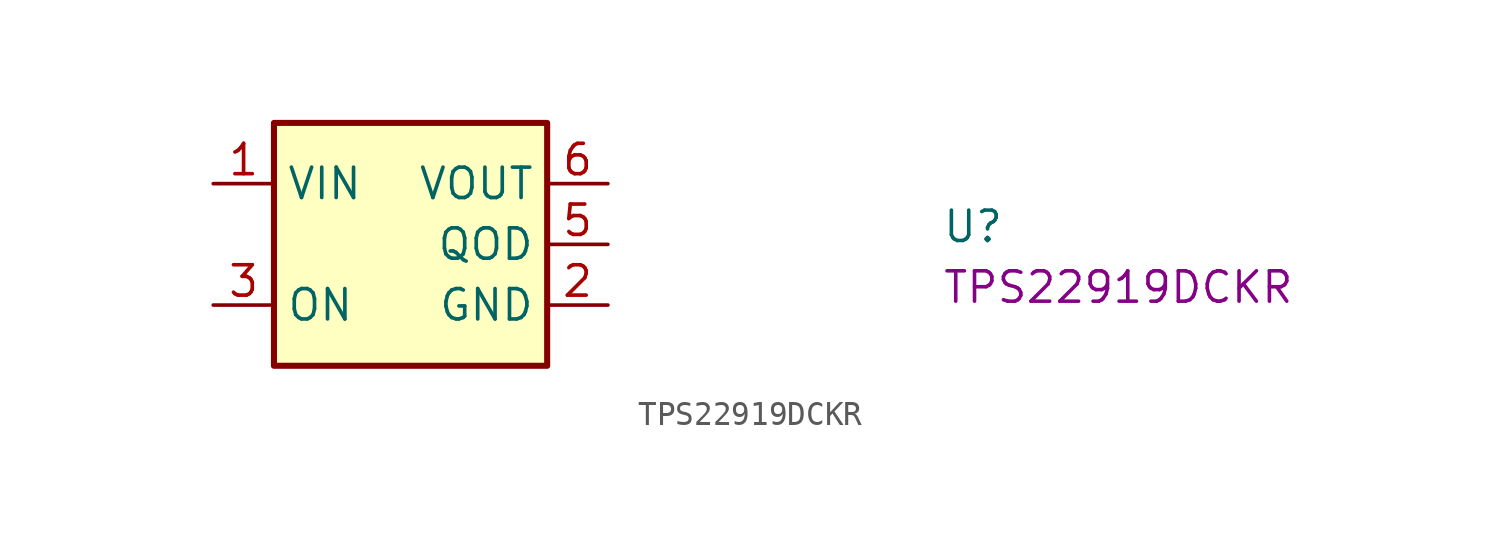
<source format=kicad_sym>
(kicad_symbol_lib
  (version 20220914)
  (generator kicad_symbol_editor)
  (symbol "TPS22919DCKR"
    (property "Reference" "U"
      (at 30.48 -2.54 0)
      (effects (font (size 1.27 1.27) (thickness 0.15)) (justify left bottom)))
    (property "MPN" "TPS22919DCKR"
      (at 30.48 -5.08 0)
      (effects (font (size 1.27 1.27) (thickness 0.15)) (justify left bottom)))
    (symbol "TPS22919DCKR_1_1"
      (rectangle (start 2.54 2.54) (end 13.97 -7.62) (stroke (width 0.254) (type default)) (fill (type background)))
      (pin power_in line (at 0 0 0) (length 2.54) (name "VIN" (effects (font (size 1.27 1.27)))) (number "1" (effects (font (size 1.27 1.27)))))
      (pin power_in line (at 16.51 -5.08 180) (length 2.54) (name "GND" (effects (font (size 1.27 1.27)))) (number "2" (effects (font (size 1.27 1.27)))))
      (pin input line (at 0 -5.08 0) (length 2.54) (name "ON" (effects (font (size 1.27 1.27)))) (number "3" (effects (font (size 1.27 1.27)))))
      (pin no_connect line (at 2.54 -2.54 0) (length 2.54) hide (name "NC" (effects (font (size 1.27 1.27)))) (number "4" (effects (font (size 1.27 1.27)))))
      (pin open_collector line (at 16.51 -2.54 180) (length 2.54) (name "QOD" (effects (font (size 1.27 1.27)))) (number "5" (effects (font (size 1.27 1.27)))))
      (pin power_out line (at 16.51 0 180) (length 2.54) (name "VOUT" (effects (font (size 1.27 1.27)))) (number "6" (effects (font (size 1.27 1.27))))))))
</source>
